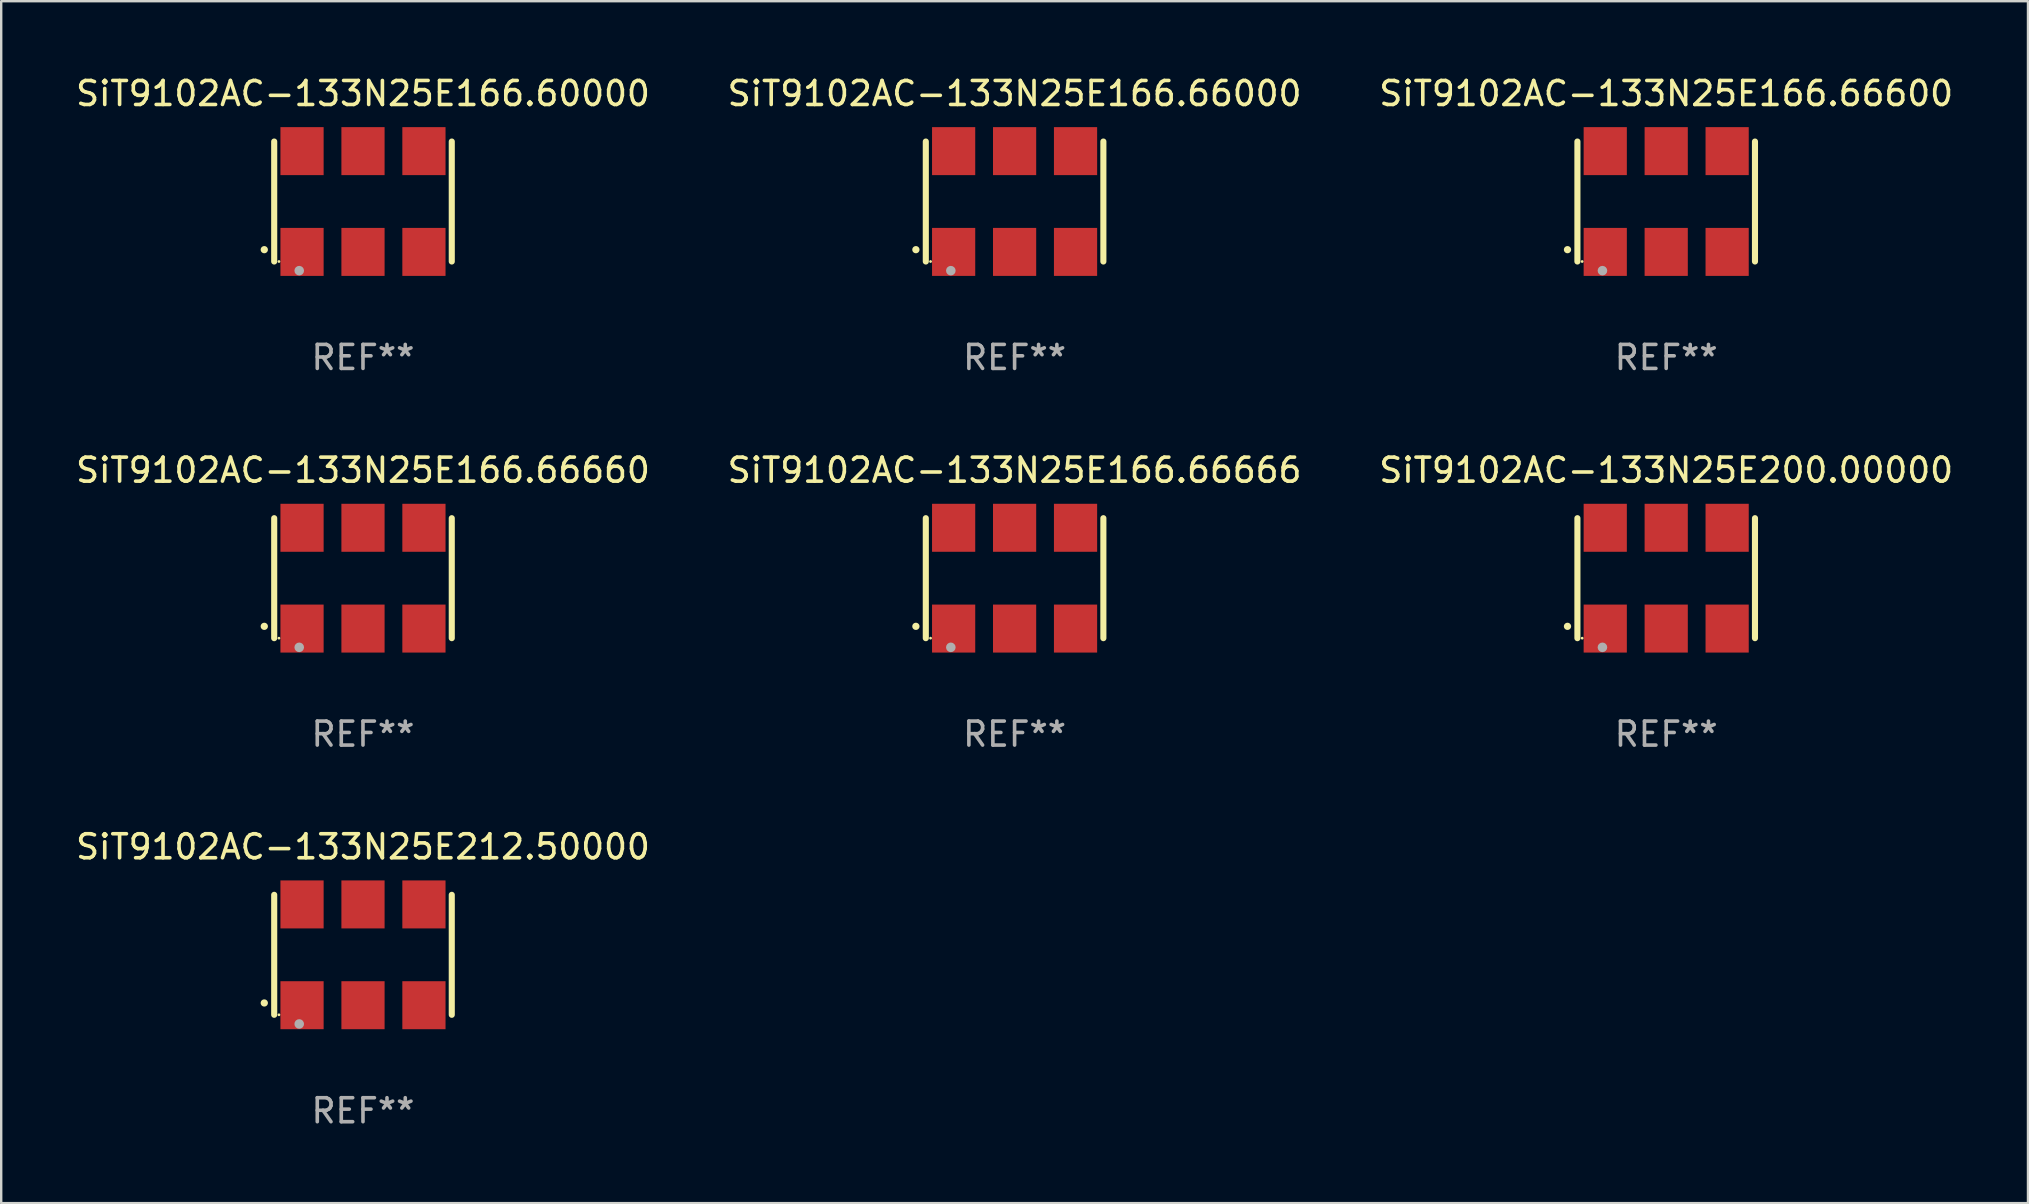
<source format=kicad_pcb>
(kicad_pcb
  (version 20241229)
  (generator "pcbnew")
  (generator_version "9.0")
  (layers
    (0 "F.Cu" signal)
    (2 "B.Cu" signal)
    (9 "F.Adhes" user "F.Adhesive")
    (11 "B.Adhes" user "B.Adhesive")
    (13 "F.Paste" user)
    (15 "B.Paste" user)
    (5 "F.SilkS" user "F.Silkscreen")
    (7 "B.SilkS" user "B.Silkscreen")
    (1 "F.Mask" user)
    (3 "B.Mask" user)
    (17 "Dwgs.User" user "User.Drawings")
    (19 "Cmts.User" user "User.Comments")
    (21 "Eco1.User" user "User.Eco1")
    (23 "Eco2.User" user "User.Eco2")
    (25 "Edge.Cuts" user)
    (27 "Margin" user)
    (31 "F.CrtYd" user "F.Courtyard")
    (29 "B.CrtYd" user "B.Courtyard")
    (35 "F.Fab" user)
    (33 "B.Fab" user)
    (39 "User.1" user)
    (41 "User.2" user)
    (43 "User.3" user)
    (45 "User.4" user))
  (footprint "SiT9102AC-133N25E212.50000"
    (layer "F.Cu")
    (at 12.077 36.741)
    (property "Reference" "SiT9102AC-133N25E212.50000" (at 0 -4.5 0) (layer "F.SilkS") (effects (font (size 1 1) (thickness 0.15))))
    (attr through_hole)
    (fp_line (start -3.7 -2.5) (end -3.7 2.5) (stroke (width 0.254) (type solid)) (layer "F.SilkS"))
    (fp_line (start 3.7 -2.5) (end 3.7 2.5) (stroke (width 0.254) (type solid)) (layer "F.SilkS"))
    (fp_arc (start -4.114415 2.006604) (mid -4.113145 2.006599) (end -4.111875 2.006604) (stroke (width 0.3) (type solid)) (layer "F.SilkS"))
    (fp_circle (center -3.502 2.5) (end -3.472 2.5) (stroke (width 0.06) (type solid)) (fill no) (layer "F.SilkS"))
    (fp_circle (center -2.657 2.882) (end -2.557 2.882) (stroke (width 0.2) (type solid)) (fill no) (layer "F.Fab"))
    (fp_text user "REF**" (at 0 6.5 0) (layer "F.Fab") (effects (font (size 1 1) (thickness 0.15))))
    (pad "1" smd rect (at -2.54 2.1) (size 1.8 2) (layers "F.Cu" "F.Mask" "F.Paste"))
    (pad "2" smd rect (at 0.000394 2.1) (size 1.8 2) (layers "F.Cu" "F.Mask" "F.Paste"))
    (pad "3" smd rect (at 2.54 2.1) (size 1.8 2) (layers "F.Cu" "F.Mask" "F.Paste"))
    (pad "4" smd rect (at 2.54 -2.1) (size 1.8 2) (layers "F.Cu" "F.Mask" "F.Paste"))
    (pad "5" smd rect (at 0.000394 -2.1) (size 1.8 2) (layers "F.Cu" "F.Mask" "F.Paste"))
    (pad "6" smd rect (at -2.54 -2.1) (size 1.8 2) (layers "F.Cu" "F.Mask" "F.Paste")))
  (footprint "SiT9102AC-133N25E166.66000"
    (layer "F.Cu")
    (at 39.232 5.348)
    (property "Reference" "SiT9102AC-133N25E166.66000" (at 0 -4.5 0) (layer "F.SilkS") (effects (font (size 1 1) (thickness 0.15))))
    (attr through_hole)
    (fp_line (start -3.7 -2.5) (end -3.7 2.5) (stroke (width 0.254) (type solid)) (layer "F.SilkS"))
    (fp_line (start 3.7 -2.5) (end 3.7 2.5) (stroke (width 0.254) (type solid)) (layer "F.SilkS"))
    (fp_arc (start -4.114415 2.006604) (mid -4.113145 2.006599) (end -4.111875 2.006604) (stroke (width 0.3) (type solid)) (layer "F.SilkS"))
    (fp_circle (center -3.502 2.5) (end -3.472 2.5) (stroke (width 0.06) (type solid)) (fill no) (layer "F.SilkS"))
    (fp_circle (center -2.657 2.882) (end -2.557 2.882) (stroke (width 0.2) (type solid)) (fill no) (layer "F.Fab"))
    (fp_text user "REF**" (at 0 6.5 0) (layer "F.Fab") (effects (font (size 1 1) (thickness 0.15))))
    (pad "1" smd rect (at -2.54 2.1) (size 1.8 2) (layers "F.Cu" "F.Mask" "F.Paste"))
    (pad "2" smd rect (at 0.000394 2.1) (size 1.8 2) (layers "F.Cu" "F.Mask" "F.Paste"))
    (pad "3" smd rect (at 2.54 2.1) (size 1.8 2) (layers "F.Cu" "F.Mask" "F.Paste"))
    (pad "4" smd rect (at 2.54 -2.1) (size 1.8 2) (layers "F.Cu" "F.Mask" "F.Paste"))
    (pad "5" smd rect (at 0.000394 -2.1) (size 1.8 2) (layers "F.Cu" "F.Mask" "F.Paste"))
    (pad "6" smd rect (at -2.54 -2.1) (size 1.8 2) (layers "F.Cu" "F.Mask" "F.Paste")))
  (footprint "SiT9102AC-133N25E166.60000"
    (layer "F.Cu")
    (at 12.077 5.348)
    (property "Reference" "SiT9102AC-133N25E166.60000" (at 0 -4.5 0) (layer "F.SilkS") (effects (font (size 1 1) (thickness 0.15))))
    (attr through_hole)
    (fp_line (start -3.7 -2.5) (end -3.7 2.5) (stroke (width 0.254) (type solid)) (layer "F.SilkS"))
    (fp_line (start 3.7 -2.5) (end 3.7 2.5) (stroke (width 0.254) (type solid)) (layer "F.SilkS"))
    (fp_arc (start -4.114415 2.006604) (mid -4.113145 2.006599) (end -4.111875 2.006604) (stroke (width 0.3) (type solid)) (layer "F.SilkS"))
    (fp_circle (center -3.502 2.5) (end -3.472 2.5) (stroke (width 0.06) (type solid)) (fill no) (layer "F.SilkS"))
    (fp_circle (center -2.657 2.882) (end -2.557 2.882) (stroke (width 0.2) (type solid)) (fill no) (layer "F.Fab"))
    (fp_text user "REF**" (at 0 6.5 0) (layer "F.Fab") (effects (font (size 1 1) (thickness 0.15))))
    (pad "1" smd rect (at -2.54 2.1) (size 1.8 2) (layers "F.Cu" "F.Mask" "F.Paste"))
    (pad "2" smd rect (at 0.000394 2.1) (size 1.8 2) (layers "F.Cu" "F.Mask" "F.Paste"))
    (pad "3" smd rect (at 2.54 2.1) (size 1.8 2) (layers "F.Cu" "F.Mask" "F.Paste"))
    (pad "4" smd rect (at 2.54 -2.1) (size 1.8 2) (layers "F.Cu" "F.Mask" "F.Paste"))
    (pad "5" smd rect (at 0.000394 -2.1) (size 1.8 2) (layers "F.Cu" "F.Mask" "F.Paste"))
    (pad "6" smd rect (at -2.54 -2.1) (size 1.8 2) (layers "F.Cu" "F.Mask" "F.Paste")))
  (footprint "SiT9102AC-133N25E200.00000"
    (layer "F.Cu")
    (at 66.387 21.045)
    (property "Reference" "SiT9102AC-133N25E200.00000" (at 0 -4.5 0) (layer "F.SilkS") (effects (font (size 1 1) (thickness 0.15))))
    (attr through_hole)
    (fp_line (start -3.7 -2.5) (end -3.7 2.5) (stroke (width 0.254) (type solid)) (layer "F.SilkS"))
    (fp_line (start 3.7 -2.5) (end 3.7 2.5) (stroke (width 0.254) (type solid)) (layer "F.SilkS"))
    (fp_arc (start -4.114415 2.006604) (mid -4.113145 2.006599) (end -4.111875 2.006604) (stroke (width 0.3) (type solid)) (layer "F.SilkS"))
    (fp_circle (center -3.502 2.5) (end -3.472 2.5) (stroke (width 0.06) (type solid)) (fill no) (layer "F.SilkS"))
    (fp_circle (center -2.657 2.882) (end -2.557 2.882) (stroke (width 0.2) (type solid)) (fill no) (layer "F.Fab"))
    (fp_text user "REF**" (at 0 6.5 0) (layer "F.Fab") (effects (font (size 1 1) (thickness 0.15))))
    (pad "1" smd rect (at -2.54 2.1) (size 1.8 2) (layers "F.Cu" "F.Mask" "F.Paste"))
    (pad "2" smd rect (at 0.000394 2.1) (size 1.8 2) (layers "F.Cu" "F.Mask" "F.Paste"))
    (pad "3" smd rect (at 2.54 2.1) (size 1.8 2) (layers "F.Cu" "F.Mask" "F.Paste"))
    (pad "4" smd rect (at 2.54 -2.1) (size 1.8 2) (layers "F.Cu" "F.Mask" "F.Paste"))
    (pad "5" smd rect (at 0.000394 -2.1) (size 1.8 2) (layers "F.Cu" "F.Mask" "F.Paste"))
    (pad "6" smd rect (at -2.54 -2.1) (size 1.8 2) (layers "F.Cu" "F.Mask" "F.Paste")))
  (footprint "SiT9102AC-133N25E166.66666"
    (layer "F.Cu")
    (at 39.232 21.045)
    (property "Reference" "SiT9102AC-133N25E166.66666" (at 0 -4.5 0) (layer "F.SilkS") (effects (font (size 1 1) (thickness 0.15))))
    (attr through_hole)
    (fp_line (start -3.7 -2.5) (end -3.7 2.5) (stroke (width 0.254) (type solid)) (layer "F.SilkS"))
    (fp_line (start 3.7 -2.5) (end 3.7 2.5) (stroke (width 0.254) (type solid)) (layer "F.SilkS"))
    (fp_arc (start -4.114415 2.006604) (mid -4.113145 2.006599) (end -4.111875 2.006604) (stroke (width 0.3) (type solid)) (layer "F.SilkS"))
    (fp_circle (center -3.502 2.5) (end -3.472 2.5) (stroke (width 0.06) (type solid)) (fill no) (layer "F.SilkS"))
    (fp_circle (center -2.657 2.882) (end -2.557 2.882) (stroke (width 0.2) (type solid)) (fill no) (layer "F.Fab"))
    (fp_text user "REF**" (at 0 6.5 0) (layer "F.Fab") (effects (font (size 1 1) (thickness 0.15))))
    (pad "1" smd rect (at -2.54 2.1) (size 1.8 2) (layers "F.Cu" "F.Mask" "F.Paste"))
    (pad "2" smd rect (at 0.000394 2.1) (size 1.8 2) (layers "F.Cu" "F.Mask" "F.Paste"))
    (pad "3" smd rect (at 2.54 2.1) (size 1.8 2) (layers "F.Cu" "F.Mask" "F.Paste"))
    (pad "4" smd rect (at 2.54 -2.1) (size 1.8 2) (layers "F.Cu" "F.Mask" "F.Paste"))
    (pad "5" smd rect (at 0.000394 -2.1) (size 1.8 2) (layers "F.Cu" "F.Mask" "F.Paste"))
    (pad "6" smd rect (at -2.54 -2.1) (size 1.8 2) (layers "F.Cu" "F.Mask" "F.Paste")))
  (footprint "SiT9102AC-133N25E166.66600"
    (layer "F.Cu")
    (at 66.387 5.348)
    (property "Reference" "SiT9102AC-133N25E166.66600" (at 0 -4.5 0) (layer "F.SilkS") (effects (font (size 1 1) (thickness 0.15))))
    (attr through_hole)
    (fp_line (start -3.7 -2.5) (end -3.7 2.5) (stroke (width 0.254) (type solid)) (layer "F.SilkS"))
    (fp_line (start 3.7 -2.5) (end 3.7 2.5) (stroke (width 0.254) (type solid)) (layer "F.SilkS"))
    (fp_arc (start -4.114415 2.006604) (mid -4.113145 2.006599) (end -4.111875 2.006604) (stroke (width 0.3) (type solid)) (layer "F.SilkS"))
    (fp_circle (center -3.502 2.5) (end -3.472 2.5) (stroke (width 0.06) (type solid)) (fill no) (layer "F.SilkS"))
    (fp_circle (center -2.657 2.882) (end -2.557 2.882) (stroke (width 0.2) (type solid)) (fill no) (layer "F.Fab"))
    (fp_text user "REF**" (at 0 6.5 0) (layer "F.Fab") (effects (font (size 1 1) (thickness 0.15))))
    (pad "1" smd rect (at -2.54 2.1) (size 1.8 2) (layers "F.Cu" "F.Mask" "F.Paste"))
    (pad "2" smd rect (at 0.000394 2.1) (size 1.8 2) (layers "F.Cu" "F.Mask" "F.Paste"))
    (pad "3" smd rect (at 2.54 2.1) (size 1.8 2) (layers "F.Cu" "F.Mask" "F.Paste"))
    (pad "4" smd rect (at 2.54 -2.1) (size 1.8 2) (layers "F.Cu" "F.Mask" "F.Paste"))
    (pad "5" smd rect (at 0.000394 -2.1) (size 1.8 2) (layers "F.Cu" "F.Mask" "F.Paste"))
    (pad "6" smd rect (at -2.54 -2.1) (size 1.8 2) (layers "F.Cu" "F.Mask" "F.Paste")))
  (footprint "SiT9102AC-133N25E166.66660"
    (layer "F.Cu")
    (at 12.077 21.045)
    (property "Reference" "SiT9102AC-133N25E166.66660" (at 0 -4.5 0) (layer "F.SilkS") (effects (font (size 1 1) (thickness 0.15))))
    (attr through_hole)
    (fp_line (start -3.7 -2.5) (end -3.7 2.5) (stroke (width 0.254) (type solid)) (layer "F.SilkS"))
    (fp_line (start 3.7 -2.5) (end 3.7 2.5) (stroke (width 0.254) (type solid)) (layer "F.SilkS"))
    (fp_arc (start -4.114415 2.006604) (mid -4.113145 2.006599) (end -4.111875 2.006604) (stroke (width 0.3) (type solid)) (layer "F.SilkS"))
    (fp_circle (center -3.502 2.5) (end -3.472 2.5) (stroke (width 0.06) (type solid)) (fill no) (layer "F.SilkS"))
    (fp_circle (center -2.657 2.882) (end -2.557 2.882) (stroke (width 0.2) (type solid)) (fill no) (layer "F.Fab"))
    (fp_text user "REF**" (at 0 6.5 0) (layer "F.Fab") (effects (font (size 1 1) (thickness 0.15))))
    (pad "1" smd rect (at -2.54 2.1) (size 1.8 2) (layers "F.Cu" "F.Mask" "F.Paste"))
    (pad "2" smd rect (at 0.000394 2.1) (size 1.8 2) (layers "F.Cu" "F.Mask" "F.Paste"))
    (pad "3" smd rect (at 2.54 2.1) (size 1.8 2) (layers "F.Cu" "F.Mask" "F.Paste"))
    (pad "4" smd rect (at 2.54 -2.1) (size 1.8 2) (layers "F.Cu" "F.Mask" "F.Paste"))
    (pad "5" smd rect (at 0.000394 -2.1) (size 1.8 2) (layers "F.Cu" "F.Mask" "F.Paste"))
    (pad "6" smd rect (at -2.54 -2.1) (size 1.8 2) (layers "F.Cu" "F.Mask" "F.Paste")))
  (gr_rect
    (start -3 -3)
    (end 81.464 47.09)
    (stroke (width 0.1) (type default))
    (fill no)
    (layer "Edge.Cuts")))
</source>
